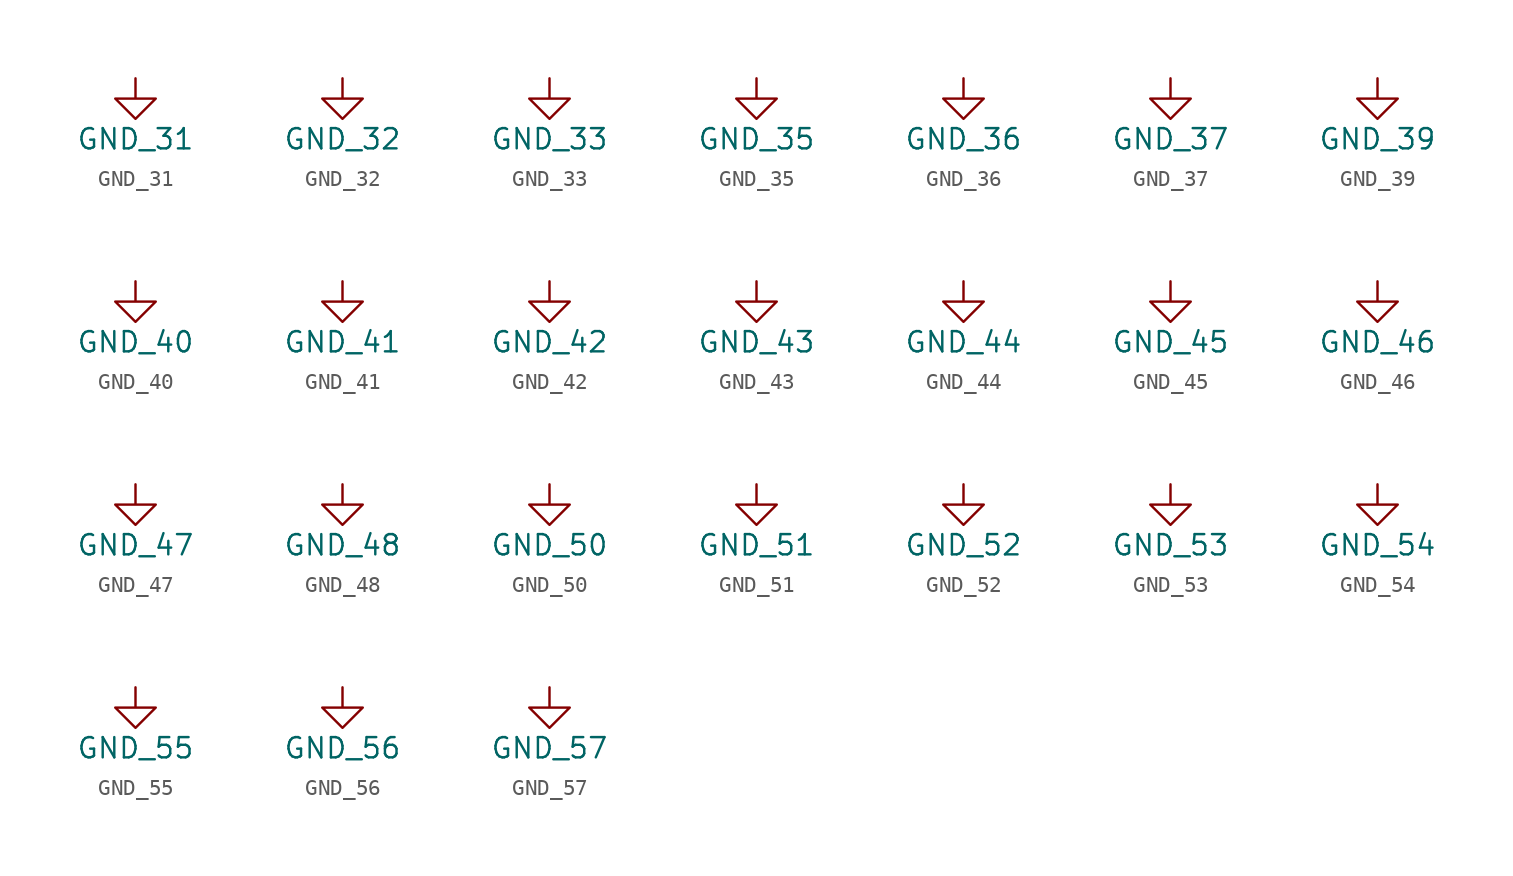
<source format=kicad_sym>
(kicad_symbol_lib
  (version 20231120)
  (generator "kicad_symbol_editor")
  (generator_version "8.0")
  (symbol "GND_31"
    (power)
    (pin_names
      (offset 0))
    (property "Reference" "#PWR"
      (at 0 -6.35 0)
      (effects (font (size 1.27 1.27)) (hide yes)))
    (property "Value" "GND_31"
      (at 0 -3.81 0)
      (effects (font (size 1.27 1.27))))
    (symbol "GND_31_0_1"
      (polyline (pts (xy 0 0) (xy 0 -1.27) (xy 1.27 -1.27) (xy 0 -2.54) (xy -1.27 -1.27) (xy 0 -1.27)) (stroke (width 0) (type default)) (fill (type none))))
    (symbol "GND_31_1_1"
      (pin power_in line (at 0 0 270) (length 0) hide (name "GND" (effects (font (size 1.27 1.27)))) (number "1" (effects (font (size 1.27 1.27)))))))
  (symbol "GND_32"
    (power)
    (pin_names
      (offset 0))
    (property "Reference" "#PWR"
      (at 0 -6.35 0)
      (effects (font (size 1.27 1.27)) (hide yes)))
    (property "Value" "GND_32"
      (at 0 -3.81 0)
      (effects (font (size 1.27 1.27))))
    (symbol "GND_32_0_1"
      (polyline (pts (xy 0 0) (xy 0 -1.27) (xy 1.27 -1.27) (xy 0 -2.54) (xy -1.27 -1.27) (xy 0 -1.27)) (stroke (width 0) (type default)) (fill (type none))))
    (symbol "GND_32_1_1"
      (pin power_in line (at 0 0 270) (length 0) hide (name "GND" (effects (font (size 1.27 1.27)))) (number "1" (effects (font (size 1.27 1.27)))))))
  (symbol "GND_33"
    (power)
    (pin_names
      (offset 0))
    (property "Reference" "#PWR"
      (at 0 -6.35 0)
      (effects (font (size 1.27 1.27)) (hide yes)))
    (property "Value" "GND_33"
      (at 0 -3.81 0)
      (effects (font (size 1.27 1.27))))
    (symbol "GND_33_0_1"
      (polyline (pts (xy 0 0) (xy 0 -1.27) (xy 1.27 -1.27) (xy 0 -2.54) (xy -1.27 -1.27) (xy 0 -1.27)) (stroke (width 0) (type default)) (fill (type none))))
    (symbol "GND_33_1_1"
      (pin power_in line (at 0 0 270) (length 0) hide (name "GND" (effects (font (size 1.27 1.27)))) (number "1" (effects (font (size 1.27 1.27)))))))
  (symbol "GND_35"
    (power)
    (pin_names
      (offset 0))
    (property "Reference" "#PWR"
      (at 0 -6.35 0)
      (effects (font (size 1.27 1.27)) (hide yes)))
    (property "Value" "GND_35"
      (at 0 -3.81 0)
      (effects (font (size 1.27 1.27))))
    (symbol "GND_35_0_1"
      (polyline (pts (xy 0 0) (xy 0 -1.27) (xy 1.27 -1.27) (xy 0 -2.54) (xy -1.27 -1.27) (xy 0 -1.27)) (stroke (width 0) (type default)) (fill (type none))))
    (symbol "GND_35_1_1"
      (pin power_in line (at 0 0 270) (length 0) hide (name "GND" (effects (font (size 1.27 1.27)))) (number "1" (effects (font (size 1.27 1.27)))))))
  (symbol "GND_36"
    (power)
    (pin_names
      (offset 0))
    (property "Reference" "#PWR"
      (at 0 -6.35 0)
      (effects (font (size 1.27 1.27)) (hide yes)))
    (property "Value" "GND_36"
      (at 0 -3.81 0)
      (effects (font (size 1.27 1.27))))
    (symbol "GND_36_0_1"
      (polyline (pts (xy 0 0) (xy 0 -1.27) (xy 1.27 -1.27) (xy 0 -2.54) (xy -1.27 -1.27) (xy 0 -1.27)) (stroke (width 0) (type default)) (fill (type none))))
    (symbol "GND_36_1_1"
      (pin power_in line (at 0 0 270) (length 0) hide (name "GND" (effects (font (size 1.27 1.27)))) (number "1" (effects (font (size 1.27 1.27)))))))
  (symbol "GND_37"
    (power)
    (pin_names
      (offset 0))
    (property "Reference" "#PWR"
      (at 0 -6.35 0)
      (effects (font (size 1.27 1.27)) (hide yes)))
    (property "Value" "GND_37"
      (at 0 -3.81 0)
      (effects (font (size 1.27 1.27))))
    (symbol "GND_37_0_1"
      (polyline (pts (xy 0 0) (xy 0 -1.27) (xy 1.27 -1.27) (xy 0 -2.54) (xy -1.27 -1.27) (xy 0 -1.27)) (stroke (width 0) (type default)) (fill (type none))))
    (symbol "GND_37_1_1"
      (pin power_in line (at 0 0 270) (length 0) hide (name "GND" (effects (font (size 1.27 1.27)))) (number "1" (effects (font (size 1.27 1.27)))))))
  (symbol "GND_39"
    (power)
    (pin_names
      (offset 0))
    (property "Reference" "#PWR"
      (at 0 -6.35 0)
      (effects (font (size 1.27 1.27)) (hide yes)))
    (property "Value" "GND_39"
      (at 0 -3.81 0)
      (effects (font (size 1.27 1.27))))
    (symbol "GND_39_0_1"
      (polyline (pts (xy 0 0) (xy 0 -1.27) (xy 1.27 -1.27) (xy 0 -2.54) (xy -1.27 -1.27) (xy 0 -1.27)) (stroke (width 0) (type default)) (fill (type none))))
    (symbol "GND_39_1_1"
      (pin power_in line (at 0 0 270) (length 0) hide (name "GND" (effects (font (size 1.27 1.27)))) (number "1" (effects (font (size 1.27 1.27)))))))
  (symbol "GND_40"
    (power)
    (pin_names
      (offset 0))
    (property "Reference" "#PWR"
      (at 0 -6.35 0)
      (effects (font (size 1.27 1.27)) (hide yes)))
    (property "Value" "GND_40"
      (at 0 -3.81 0)
      (effects (font (size 1.27 1.27))))
    (symbol "GND_40_0_1"
      (polyline (pts (xy 0 0) (xy 0 -1.27) (xy 1.27 -1.27) (xy 0 -2.54) (xy -1.27 -1.27) (xy 0 -1.27)) (stroke (width 0) (type default)) (fill (type none))))
    (symbol "GND_40_1_1"
      (pin power_in line (at 0 0 270) (length 0) hide (name "GND" (effects (font (size 1.27 1.27)))) (number "1" (effects (font (size 1.27 1.27)))))))
  (symbol "GND_41"
    (power)
    (pin_names
      (offset 0))
    (property "Reference" "#PWR"
      (at 0 -6.35 0)
      (effects (font (size 1.27 1.27)) (hide yes)))
    (property "Value" "GND_41"
      (at 0 -3.81 0)
      (effects (font (size 1.27 1.27))))
    (symbol "GND_41_0_1"
      (polyline (pts (xy 0 0) (xy 0 -1.27) (xy 1.27 -1.27) (xy 0 -2.54) (xy -1.27 -1.27) (xy 0 -1.27)) (stroke (width 0) (type default)) (fill (type none))))
    (symbol "GND_41_1_1"
      (pin power_in line (at 0 0 270) (length 0) hide (name "GND" (effects (font (size 1.27 1.27)))) (number "1" (effects (font (size 1.27 1.27)))))))
  (symbol "GND_42"
    (power)
    (pin_names
      (offset 0))
    (property "Reference" "#PWR"
      (at 0 -6.35 0)
      (effects (font (size 1.27 1.27)) (hide yes)))
    (property "Value" "GND_42"
      (at 0 -3.81 0)
      (effects (font (size 1.27 1.27))))
    (symbol "GND_42_0_1"
      (polyline (pts (xy 0 0) (xy 0 -1.27) (xy 1.27 -1.27) (xy 0 -2.54) (xy -1.27 -1.27) (xy 0 -1.27)) (stroke (width 0) (type default)) (fill (type none))))
    (symbol "GND_42_1_1"
      (pin power_in line (at 0 0 270) (length 0) hide (name "GND" (effects (font (size 1.27 1.27)))) (number "1" (effects (font (size 1.27 1.27)))))))
  (symbol "GND_43"
    (power)
    (pin_names
      (offset 0))
    (property "Reference" "#PWR"
      (at 0 -6.35 0)
      (effects (font (size 1.27 1.27)) (hide yes)))
    (property "Value" "GND_43"
      (at 0 -3.81 0)
      (effects (font (size 1.27 1.27))))
    (symbol "GND_43_0_1"
      (polyline (pts (xy 0 0) (xy 0 -1.27) (xy 1.27 -1.27) (xy 0 -2.54) (xy -1.27 -1.27) (xy 0 -1.27)) (stroke (width 0) (type default)) (fill (type none))))
    (symbol "GND_43_1_1"
      (pin power_in line (at 0 0 270) (length 0) hide (name "GND" (effects (font (size 1.27 1.27)))) (number "1" (effects (font (size 1.27 1.27)))))))
  (symbol "GND_44"
    (power)
    (pin_names
      (offset 0))
    (property "Reference" "#PWR"
      (at 0 -6.35 0)
      (effects (font (size 1.27 1.27)) (hide yes)))
    (property "Value" "GND_44"
      (at 0 -3.81 0)
      (effects (font (size 1.27 1.27))))
    (symbol "GND_44_0_1"
      (polyline (pts (xy 0 0) (xy 0 -1.27) (xy 1.27 -1.27) (xy 0 -2.54) (xy -1.27 -1.27) (xy 0 -1.27)) (stroke (width 0) (type default)) (fill (type none))))
    (symbol "GND_44_1_1"
      (pin power_in line (at 0 0 270) (length 0) hide (name "GND" (effects (font (size 1.27 1.27)))) (number "1" (effects (font (size 1.27 1.27)))))))
  (symbol "GND_45"
    (power)
    (pin_names
      (offset 0))
    (property "Reference" "#PWR"
      (at 0 -6.35 0)
      (effects (font (size 1.27 1.27)) (hide yes)))
    (property "Value" "GND_45"
      (at 0 -3.81 0)
      (effects (font (size 1.27 1.27))))
    (symbol "GND_45_0_1"
      (polyline (pts (xy 0 0) (xy 0 -1.27) (xy 1.27 -1.27) (xy 0 -2.54) (xy -1.27 -1.27) (xy 0 -1.27)) (stroke (width 0) (type default)) (fill (type none))))
    (symbol "GND_45_1_1"
      (pin power_in line (at 0 0 270) (length 0) hide (name "GND" (effects (font (size 1.27 1.27)))) (number "1" (effects (font (size 1.27 1.27)))))))
  (symbol "GND_46"
    (power)
    (pin_names
      (offset 0))
    (property "Reference" "#PWR"
      (at 0 -6.35 0)
      (effects (font (size 1.27 1.27)) (hide yes)))
    (property "Value" "GND_46"
      (at 0 -3.81 0)
      (effects (font (size 1.27 1.27))))
    (symbol "GND_46_0_1"
      (polyline (pts (xy 0 0) (xy 0 -1.27) (xy 1.27 -1.27) (xy 0 -2.54) (xy -1.27 -1.27) (xy 0 -1.27)) (stroke (width 0) (type default)) (fill (type none))))
    (symbol "GND_46_1_1"
      (pin power_in line (at 0 0 270) (length 0) hide (name "GND" (effects (font (size 1.27 1.27)))) (number "1" (effects (font (size 1.27 1.27)))))))
  (symbol "GND_47"
    (power)
    (pin_names
      (offset 0))
    (property "Reference" "#PWR"
      (at 0 -6.35 0)
      (effects (font (size 1.27 1.27)) (hide yes)))
    (property "Value" "GND_47"
      (at 0 -3.81 0)
      (effects (font (size 1.27 1.27))))
    (symbol "GND_47_0_1"
      (polyline (pts (xy 0 0) (xy 0 -1.27) (xy 1.27 -1.27) (xy 0 -2.54) (xy -1.27 -1.27) (xy 0 -1.27)) (stroke (width 0) (type default)) (fill (type none))))
    (symbol "GND_47_1_1"
      (pin power_in line (at 0 0 270) (length 0) hide (name "GND" (effects (font (size 1.27 1.27)))) (number "1" (effects (font (size 1.27 1.27)))))))
  (symbol "GND_48"
    (power)
    (pin_names
      (offset 0))
    (property "Reference" "#PWR"
      (at 0 -6.35 0)
      (effects (font (size 1.27 1.27)) (hide yes)))
    (property "Value" "GND_48"
      (at 0 -3.81 0)
      (effects (font (size 1.27 1.27))))
    (symbol "GND_48_0_1"
      (polyline (pts (xy 0 0) (xy 0 -1.27) (xy 1.27 -1.27) (xy 0 -2.54) (xy -1.27 -1.27) (xy 0 -1.27)) (stroke (width 0) (type default)) (fill (type none))))
    (symbol "GND_48_1_1"
      (pin power_in line (at 0 0 270) (length 0) hide (name "GND" (effects (font (size 1.27 1.27)))) (number "1" (effects (font (size 1.27 1.27)))))))
  (symbol "GND_50"
    (power)
    (pin_names
      (offset 0))
    (property "Reference" "#PWR"
      (at 0 -6.35 0)
      (effects (font (size 1.27 1.27)) (hide yes)))
    (property "Value" "GND_50"
      (at 0 -3.81 0)
      (effects (font (size 1.27 1.27))))
    (symbol "GND_50_0_1"
      (polyline (pts (xy 0 0) (xy 0 -1.27) (xy 1.27 -1.27) (xy 0 -2.54) (xy -1.27 -1.27) (xy 0 -1.27)) (stroke (width 0) (type default)) (fill (type none))))
    (symbol "GND_50_1_1"
      (pin power_in line (at 0 0 270) (length 0) hide (name "GND" (effects (font (size 1.27 1.27)))) (number "1" (effects (font (size 1.27 1.27)))))))
  (symbol "GND_51"
    (power)
    (pin_names
      (offset 0))
    (property "Reference" "#PWR"
      (at 0 -6.35 0)
      (effects (font (size 1.27 1.27)) (hide yes)))
    (property "Value" "GND_51"
      (at 0 -3.81 0)
      (effects (font (size 1.27 1.27))))
    (symbol "GND_51_0_1"
      (polyline (pts (xy 0 0) (xy 0 -1.27) (xy 1.27 -1.27) (xy 0 -2.54) (xy -1.27 -1.27) (xy 0 -1.27)) (stroke (width 0) (type default)) (fill (type none))))
    (symbol "GND_51_1_1"
      (pin power_in line (at 0 0 270) (length 0) hide (name "GND" (effects (font (size 1.27 1.27)))) (number "1" (effects (font (size 1.27 1.27)))))))
  (symbol "GND_52"
    (power)
    (pin_names
      (offset 0))
    (property "Reference" "#PWR"
      (at 0 -6.35 0)
      (effects (font (size 1.27 1.27)) (hide yes)))
    (property "Value" "GND_52"
      (at 0 -3.81 0)
      (effects (font (size 1.27 1.27))))
    (symbol "GND_52_0_1"
      (polyline (pts (xy 0 0) (xy 0 -1.27) (xy 1.27 -1.27) (xy 0 -2.54) (xy -1.27 -1.27) (xy 0 -1.27)) (stroke (width 0) (type default)) (fill (type none))))
    (symbol "GND_52_1_1"
      (pin power_in line (at 0 0 270) (length 0) hide (name "GND" (effects (font (size 1.27 1.27)))) (number "1" (effects (font (size 1.27 1.27)))))))
  (symbol "GND_53"
    (power)
    (pin_names
      (offset 0))
    (property "Reference" "#PWR"
      (at 0 -6.35 0)
      (effects (font (size 1.27 1.27)) (hide yes)))
    (property "Value" "GND_53"
      (at 0 -3.81 0)
      (effects (font (size 1.27 1.27))))
    (symbol "GND_53_0_1"
      (polyline (pts (xy 0 0) (xy 0 -1.27) (xy 1.27 -1.27) (xy 0 -2.54) (xy -1.27 -1.27) (xy 0 -1.27)) (stroke (width 0) (type default)) (fill (type none))))
    (symbol "GND_53_1_1"
      (pin power_in line (at 0 0 270) (length 0) hide (name "GND" (effects (font (size 1.27 1.27)))) (number "1" (effects (font (size 1.27 1.27)))))))
  (symbol "GND_54"
    (power)
    (pin_names
      (offset 0))
    (property "Reference" "#PWR"
      (at 0 -6.35 0)
      (effects (font (size 1.27 1.27)) (hide yes)))
    (property "Value" "GND_54"
      (at 0 -3.81 0)
      (effects (font (size 1.27 1.27))))
    (symbol "GND_54_0_1"
      (polyline (pts (xy 0 0) (xy 0 -1.27) (xy 1.27 -1.27) (xy 0 -2.54) (xy -1.27 -1.27) (xy 0 -1.27)) (stroke (width 0) (type default)) (fill (type none))))
    (symbol "GND_54_1_1"
      (pin power_in line (at 0 0 270) (length 0) hide (name "GND" (effects (font (size 1.27 1.27)))) (number "1" (effects (font (size 1.27 1.27)))))))
  (symbol "GND_55"
    (power)
    (pin_names
      (offset 0))
    (property "Reference" "#PWR"
      (at 0 -6.35 0)
      (effects (font (size 1.27 1.27)) (hide yes)))
    (property "Value" "GND_55"
      (at 0 -3.81 0)
      (effects (font (size 1.27 1.27))))
    (symbol "GND_55_0_1"
      (polyline (pts (xy 0 0) (xy 0 -1.27) (xy 1.27 -1.27) (xy 0 -2.54) (xy -1.27 -1.27) (xy 0 -1.27)) (stroke (width 0) (type default)) (fill (type none))))
    (symbol "GND_55_1_1"
      (pin power_in line (at 0 0 270) (length 0) hide (name "GND" (effects (font (size 1.27 1.27)))) (number "1" (effects (font (size 1.27 1.27)))))))
  (symbol "GND_56"
    (power)
    (pin_names
      (offset 0))
    (property "Reference" "#PWR"
      (at 0 -6.35 0)
      (effects (font (size 1.27 1.27)) (hide yes)))
    (property "Value" "GND_56"
      (at 0 -3.81 0)
      (effects (font (size 1.27 1.27))))
    (symbol "GND_56_0_1"
      (polyline (pts (xy 0 0) (xy 0 -1.27) (xy 1.27 -1.27) (xy 0 -2.54) (xy -1.27 -1.27) (xy 0 -1.27)) (stroke (width 0) (type default)) (fill (type none))))
    (symbol "GND_56_1_1"
      (pin power_in line (at 0 0 270) (length 0) hide (name "GND" (effects (font (size 1.27 1.27)))) (number "1" (effects (font (size 1.27 1.27)))))))
  (symbol "GND_57"
    (power)
    (pin_names
      (offset 0))
    (property "Reference" "#PWR"
      (at 0 -6.35 0)
      (effects (font (size 1.27 1.27)) (hide yes)))
    (property "Value" "GND_57"
      (at 0 -3.81 0)
      (effects (font (size 1.27 1.27))))
    (symbol "GND_57_0_1"
      (polyline (pts (xy 0 0) (xy 0 -1.27) (xy 1.27 -1.27) (xy 0 -2.54) (xy -1.27 -1.27) (xy 0 -1.27)) (stroke (width 0) (type default)) (fill (type none))))
    (symbol "GND_57_1_1"
      (pin power_in line (at 0 0 270) (length 0) hide (name "GND" (effects (font (size 1.27 1.27)))) (number "1" (effects (font (size 1.27 1.27))))))))
</source>
